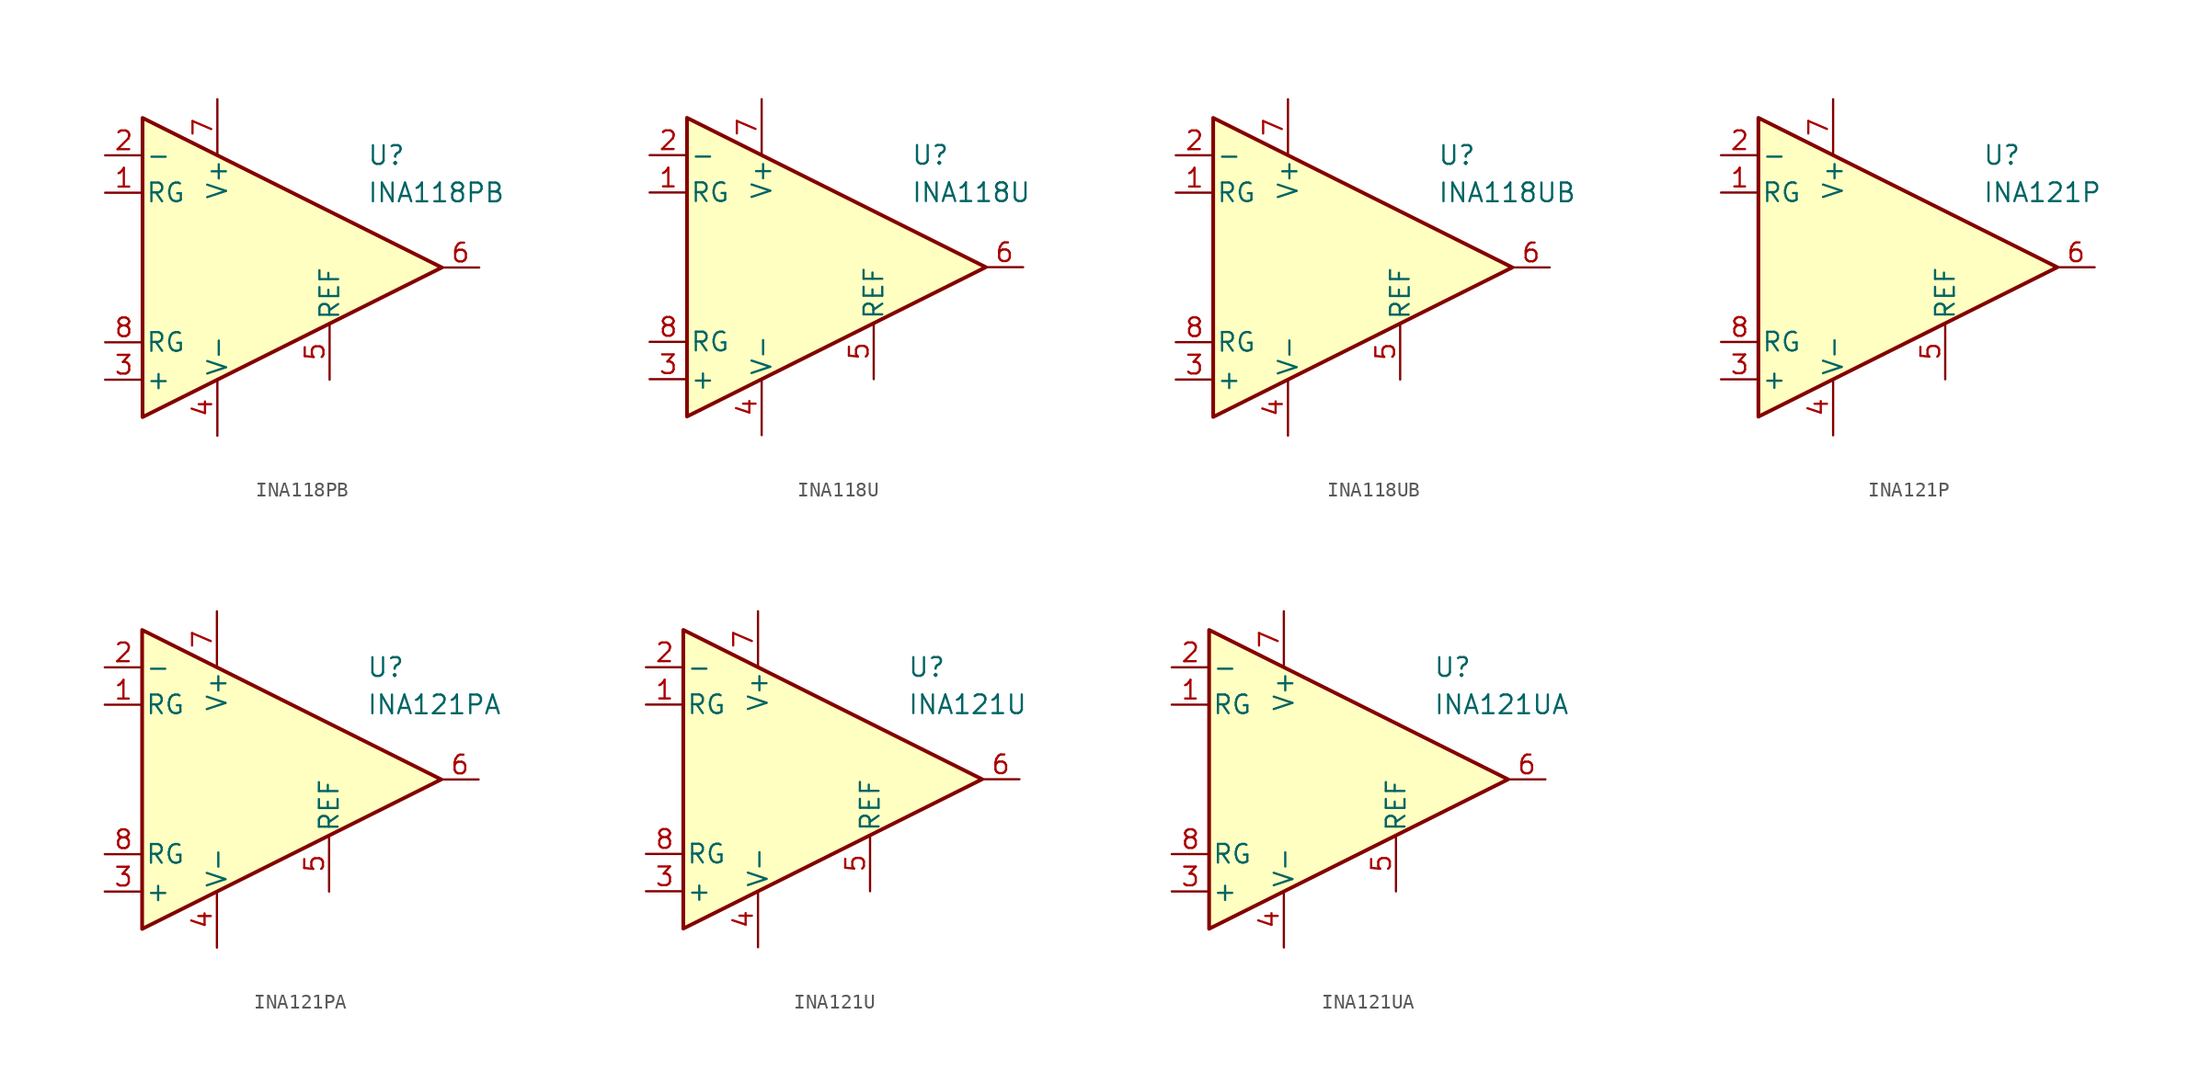
<source format=kicad_sym>
(kicad_symbol_lib
  (version 20231120)
  (generator "kicad_symbol_editor")
  (generator_version "8.0")
  (symbol "INA118PB"
    (pin_names
      (offset 0.2))
    (property "Reference" "U"
      (at 6.35 7.62 0)
      (effects (font (size 1.27 1.27)) (justify left)))
    (property "Value" "INA118PB"
      (at 6.35 5.08 0)
      (effects (font (size 1.27 1.27)) (justify left)))
    (symbol "INA118PB_0_1"
      (polyline (pts (xy -8.89 10.16) (xy -8.89 -10.16) (xy 11.43 0) (xy -8.89 10.16)) (stroke (width 0.254) (type default)) (fill (type background))))
    (symbol "INA118PB_1_1"
      (pin passive line (at -11.43 5.08 0) (length 2.54) (name "RG" (effects (font (size 1.27 1.27)))) (number "1" (effects (font (size 1.27 1.27)))))
      (pin input line (at -11.43 7.62 0) (length 2.54) (name "-" (effects (font (size 1.27 1.27)))) (number "2" (effects (font (size 1.27 1.27)))))
      (pin input line (at -11.43 -7.62 0) (length 2.54) (name "+" (effects (font (size 1.27 1.27)))) (number "3" (effects (font (size 1.27 1.27)))))
      (pin power_in line (at -3.81 -11.43 90) (length 3.81) (name "V-" (effects (font (size 1.27 1.27)))) (number "4" (effects (font (size 1.27 1.27)))))
      (pin input line (at 3.81 -7.62 90) (length 3.81) (name "REF" (effects (font (size 1.27 1.27)))) (number "5" (effects (font (size 1.27 1.27)))))
      (pin output line (at 13.97 0 180) (length 2.54) (name "~" (effects (font (size 1.27 1.27)))) (number "6" (effects (font (size 1.27 1.27)))))
      (pin power_in line (at -3.81 11.43 270) (length 3.81) (name "V+" (effects (font (size 1.27 1.27)))) (number "7" (effects (font (size 1.27 1.27)))))
      (pin passive line (at -11.43 -5.08 0) (length 2.54) (name "RG" (effects (font (size 1.27 1.27)))) (number "8" (effects (font (size 1.27 1.27)))))))
  (symbol "INA118U"
    (pin_names
      (offset 0.2))
    (property "Reference" "U"
      (at 6.35 7.62 0)
      (effects (font (size 1.27 1.27)) (justify left)))
    (property "Value" "INA118U"
      (at 6.35 5.08 0)
      (effects (font (size 1.27 1.27)) (justify left)))
    (symbol "INA118U_0_1"
      (polyline (pts (xy -8.89 10.16) (xy -8.89 -10.16) (xy 11.43 0) (xy -8.89 10.16)) (stroke (width 0.254) (type default)) (fill (type background))))
    (symbol "INA118U_1_1"
      (pin passive line (at -11.43 5.08 0) (length 2.54) (name "RG" (effects (font (size 1.27 1.27)))) (number "1" (effects (font (size 1.27 1.27)))))
      (pin input line (at -11.43 7.62 0) (length 2.54) (name "-" (effects (font (size 1.27 1.27)))) (number "2" (effects (font (size 1.27 1.27)))))
      (pin input line (at -11.43 -7.62 0) (length 2.54) (name "+" (effects (font (size 1.27 1.27)))) (number "3" (effects (font (size 1.27 1.27)))))
      (pin power_in line (at -3.81 -11.43 90) (length 3.81) (name "V-" (effects (font (size 1.27 1.27)))) (number "4" (effects (font (size 1.27 1.27)))))
      (pin input line (at 3.81 -7.62 90) (length 3.81) (name "REF" (effects (font (size 1.27 1.27)))) (number "5" (effects (font (size 1.27 1.27)))))
      (pin output line (at 13.97 0 180) (length 2.54) (name "~" (effects (font (size 1.27 1.27)))) (number "6" (effects (font (size 1.27 1.27)))))
      (pin power_in line (at -3.81 11.43 270) (length 3.81) (name "V+" (effects (font (size 1.27 1.27)))) (number "7" (effects (font (size 1.27 1.27)))))
      (pin passive line (at -11.43 -5.08 0) (length 2.54) (name "RG" (effects (font (size 1.27 1.27)))) (number "8" (effects (font (size 1.27 1.27)))))))
  (symbol "INA118UB"
    (pin_names
      (offset 0.2))
    (property "Reference" "U"
      (at 6.35 7.62 0)
      (effects (font (size 1.27 1.27)) (justify left)))
    (property "Value" "INA118UB"
      (at 6.35 5.08 0)
      (effects (font (size 1.27 1.27)) (justify left)))
    (symbol "INA118UB_0_1"
      (polyline (pts (xy -8.89 10.16) (xy -8.89 -10.16) (xy 11.43 0) (xy -8.89 10.16)) (stroke (width 0.254) (type default)) (fill (type background))))
    (symbol "INA118UB_1_1"
      (pin passive line (at -11.43 5.08 0) (length 2.54) (name "RG" (effects (font (size 1.27 1.27)))) (number "1" (effects (font (size 1.27 1.27)))))
      (pin input line (at -11.43 7.62 0) (length 2.54) (name "-" (effects (font (size 1.27 1.27)))) (number "2" (effects (font (size 1.27 1.27)))))
      (pin input line (at -11.43 -7.62 0) (length 2.54) (name "+" (effects (font (size 1.27 1.27)))) (number "3" (effects (font (size 1.27 1.27)))))
      (pin power_in line (at -3.81 -11.43 90) (length 3.81) (name "V-" (effects (font (size 1.27 1.27)))) (number "4" (effects (font (size 1.27 1.27)))))
      (pin input line (at 3.81 -7.62 90) (length 3.81) (name "REF" (effects (font (size 1.27 1.27)))) (number "5" (effects (font (size 1.27 1.27)))))
      (pin output line (at 13.97 0 180) (length 2.54) (name "~" (effects (font (size 1.27 1.27)))) (number "6" (effects (font (size 1.27 1.27)))))
      (pin power_in line (at -3.81 11.43 270) (length 3.81) (name "V+" (effects (font (size 1.27 1.27)))) (number "7" (effects (font (size 1.27 1.27)))))
      (pin passive line (at -11.43 -5.08 0) (length 2.54) (name "RG" (effects (font (size 1.27 1.27)))) (number "8" (effects (font (size 1.27 1.27)))))))
  (symbol "INA121P"
    (pin_names
      (offset 0.2))
    (property "Reference" "U"
      (at 6.35 7.62 0)
      (effects (font (size 1.27 1.27)) (justify left)))
    (property "Value" "INA121P"
      (at 6.35 5.08 0)
      (effects (font (size 1.27 1.27)) (justify left)))
    (symbol "INA121P_0_1"
      (polyline (pts (xy -8.89 10.16) (xy -8.89 -10.16) (xy 11.43 0) (xy -8.89 10.16)) (stroke (width 0.254) (type default)) (fill (type background))))
    (symbol "INA121P_1_1"
      (pin passive line (at -11.43 5.08 0) (length 2.54) (name "RG" (effects (font (size 1.27 1.27)))) (number "1" (effects (font (size 1.27 1.27)))))
      (pin input line (at -11.43 7.62 0) (length 2.54) (name "-" (effects (font (size 1.27 1.27)))) (number "2" (effects (font (size 1.27 1.27)))))
      (pin input line (at -11.43 -7.62 0) (length 2.54) (name "+" (effects (font (size 1.27 1.27)))) (number "3" (effects (font (size 1.27 1.27)))))
      (pin power_in line (at -3.81 -11.43 90) (length 3.81) (name "V-" (effects (font (size 1.27 1.27)))) (number "4" (effects (font (size 1.27 1.27)))))
      (pin input line (at 3.81 -7.62 90) (length 3.81) (name "REF" (effects (font (size 1.27 1.27)))) (number "5" (effects (font (size 1.27 1.27)))))
      (pin output line (at 13.97 0 180) (length 2.54) (name "~" (effects (font (size 1.27 1.27)))) (number "6" (effects (font (size 1.27 1.27)))))
      (pin power_in line (at -3.81 11.43 270) (length 3.81) (name "V+" (effects (font (size 1.27 1.27)))) (number "7" (effects (font (size 1.27 1.27)))))
      (pin passive line (at -11.43 -5.08 0) (length 2.54) (name "RG" (effects (font (size 1.27 1.27)))) (number "8" (effects (font (size 1.27 1.27)))))))
  (symbol "INA121PA"
    (pin_names
      (offset 0.2))
    (property "Reference" "U"
      (at 6.35 7.62 0)
      (effects (font (size 1.27 1.27)) (justify left)))
    (property "Value" "INA121PA"
      (at 6.35 5.08 0)
      (effects (font (size 1.27 1.27)) (justify left)))
    (symbol "INA121PA_0_1"
      (polyline (pts (xy -8.89 10.16) (xy -8.89 -10.16) (xy 11.43 0) (xy -8.89 10.16)) (stroke (width 0.254) (type default)) (fill (type background))))
    (symbol "INA121PA_1_1"
      (pin passive line (at -11.43 5.08 0) (length 2.54) (name "RG" (effects (font (size 1.27 1.27)))) (number "1" (effects (font (size 1.27 1.27)))))
      (pin input line (at -11.43 7.62 0) (length 2.54) (name "-" (effects (font (size 1.27 1.27)))) (number "2" (effects (font (size 1.27 1.27)))))
      (pin input line (at -11.43 -7.62 0) (length 2.54) (name "+" (effects (font (size 1.27 1.27)))) (number "3" (effects (font (size 1.27 1.27)))))
      (pin power_in line (at -3.81 -11.43 90) (length 3.81) (name "V-" (effects (font (size 1.27 1.27)))) (number "4" (effects (font (size 1.27 1.27)))))
      (pin input line (at 3.81 -7.62 90) (length 3.81) (name "REF" (effects (font (size 1.27 1.27)))) (number "5" (effects (font (size 1.27 1.27)))))
      (pin output line (at 13.97 0 180) (length 2.54) (name "~" (effects (font (size 1.27 1.27)))) (number "6" (effects (font (size 1.27 1.27)))))
      (pin power_in line (at -3.81 11.43 270) (length 3.81) (name "V+" (effects (font (size 1.27 1.27)))) (number "7" (effects (font (size 1.27 1.27)))))
      (pin passive line (at -11.43 -5.08 0) (length 2.54) (name "RG" (effects (font (size 1.27 1.27)))) (number "8" (effects (font (size 1.27 1.27)))))))
  (symbol "INA121U"
    (pin_names
      (offset 0.2))
    (property "Reference" "U"
      (at 6.35 7.62 0)
      (effects (font (size 1.27 1.27)) (justify left)))
    (property "Value" "INA121U"
      (at 6.35 5.08 0)
      (effects (font (size 1.27 1.27)) (justify left)))
    (symbol "INA121U_0_1"
      (polyline (pts (xy -8.89 10.16) (xy -8.89 -10.16) (xy 11.43 0) (xy -8.89 10.16)) (stroke (width 0.254) (type default)) (fill (type background))))
    (symbol "INA121U_1_1"
      (pin passive line (at -11.43 5.08 0) (length 2.54) (name "RG" (effects (font (size 1.27 1.27)))) (number "1" (effects (font (size 1.27 1.27)))))
      (pin input line (at -11.43 7.62 0) (length 2.54) (name "-" (effects (font (size 1.27 1.27)))) (number "2" (effects (font (size 1.27 1.27)))))
      (pin input line (at -11.43 -7.62 0) (length 2.54) (name "+" (effects (font (size 1.27 1.27)))) (number "3" (effects (font (size 1.27 1.27)))))
      (pin power_in line (at -3.81 -11.43 90) (length 3.81) (name "V-" (effects (font (size 1.27 1.27)))) (number "4" (effects (font (size 1.27 1.27)))))
      (pin input line (at 3.81 -7.62 90) (length 3.81) (name "REF" (effects (font (size 1.27 1.27)))) (number "5" (effects (font (size 1.27 1.27)))))
      (pin output line (at 13.97 0 180) (length 2.54) (name "~" (effects (font (size 1.27 1.27)))) (number "6" (effects (font (size 1.27 1.27)))))
      (pin power_in line (at -3.81 11.43 270) (length 3.81) (name "V+" (effects (font (size 1.27 1.27)))) (number "7" (effects (font (size 1.27 1.27)))))
      (pin passive line (at -11.43 -5.08 0) (length 2.54) (name "RG" (effects (font (size 1.27 1.27)))) (number "8" (effects (font (size 1.27 1.27)))))))
  (symbol "INA121UA"
    (pin_names
      (offset 0.2))
    (property "Reference" "U"
      (at 6.35 7.62 0)
      (effects (font (size 1.27 1.27)) (justify left)))
    (property "Value" "INA121UA"
      (at 6.35 5.08 0)
      (effects (font (size 1.27 1.27)) (justify left)))
    (symbol "INA121UA_0_1"
      (polyline (pts (xy -8.89 10.16) (xy -8.89 -10.16) (xy 11.43 0) (xy -8.89 10.16)) (stroke (width 0.254) (type default)) (fill (type background))))
    (symbol "INA121UA_1_1"
      (pin passive line (at -11.43 5.08 0) (length 2.54) (name "RG" (effects (font (size 1.27 1.27)))) (number "1" (effects (font (size 1.27 1.27)))))
      (pin input line (at -11.43 7.62 0) (length 2.54) (name "-" (effects (font (size 1.27 1.27)))) (number "2" (effects (font (size 1.27 1.27)))))
      (pin input line (at -11.43 -7.62 0) (length 2.54) (name "+" (effects (font (size 1.27 1.27)))) (number "3" (effects (font (size 1.27 1.27)))))
      (pin power_in line (at -3.81 -11.43 90) (length 3.81) (name "V-" (effects (font (size 1.27 1.27)))) (number "4" (effects (font (size 1.27 1.27)))))
      (pin input line (at 3.81 -7.62 90) (length 3.81) (name "REF" (effects (font (size 1.27 1.27)))) (number "5" (effects (font (size 1.27 1.27)))))
      (pin output line (at 13.97 0 180) (length 2.54) (name "~" (effects (font (size 1.27 1.27)))) (number "6" (effects (font (size 1.27 1.27)))))
      (pin power_in line (at -3.81 11.43 270) (length 3.81) (name "V+" (effects (font (size 1.27 1.27)))) (number "7" (effects (font (size 1.27 1.27)))))
      (pin passive line (at -11.43 -5.08 0) (length 2.54) (name "RG" (effects (font (size 1.27 1.27)))) (number "8" (effects (font (size 1.27 1.27))))))))
</source>
